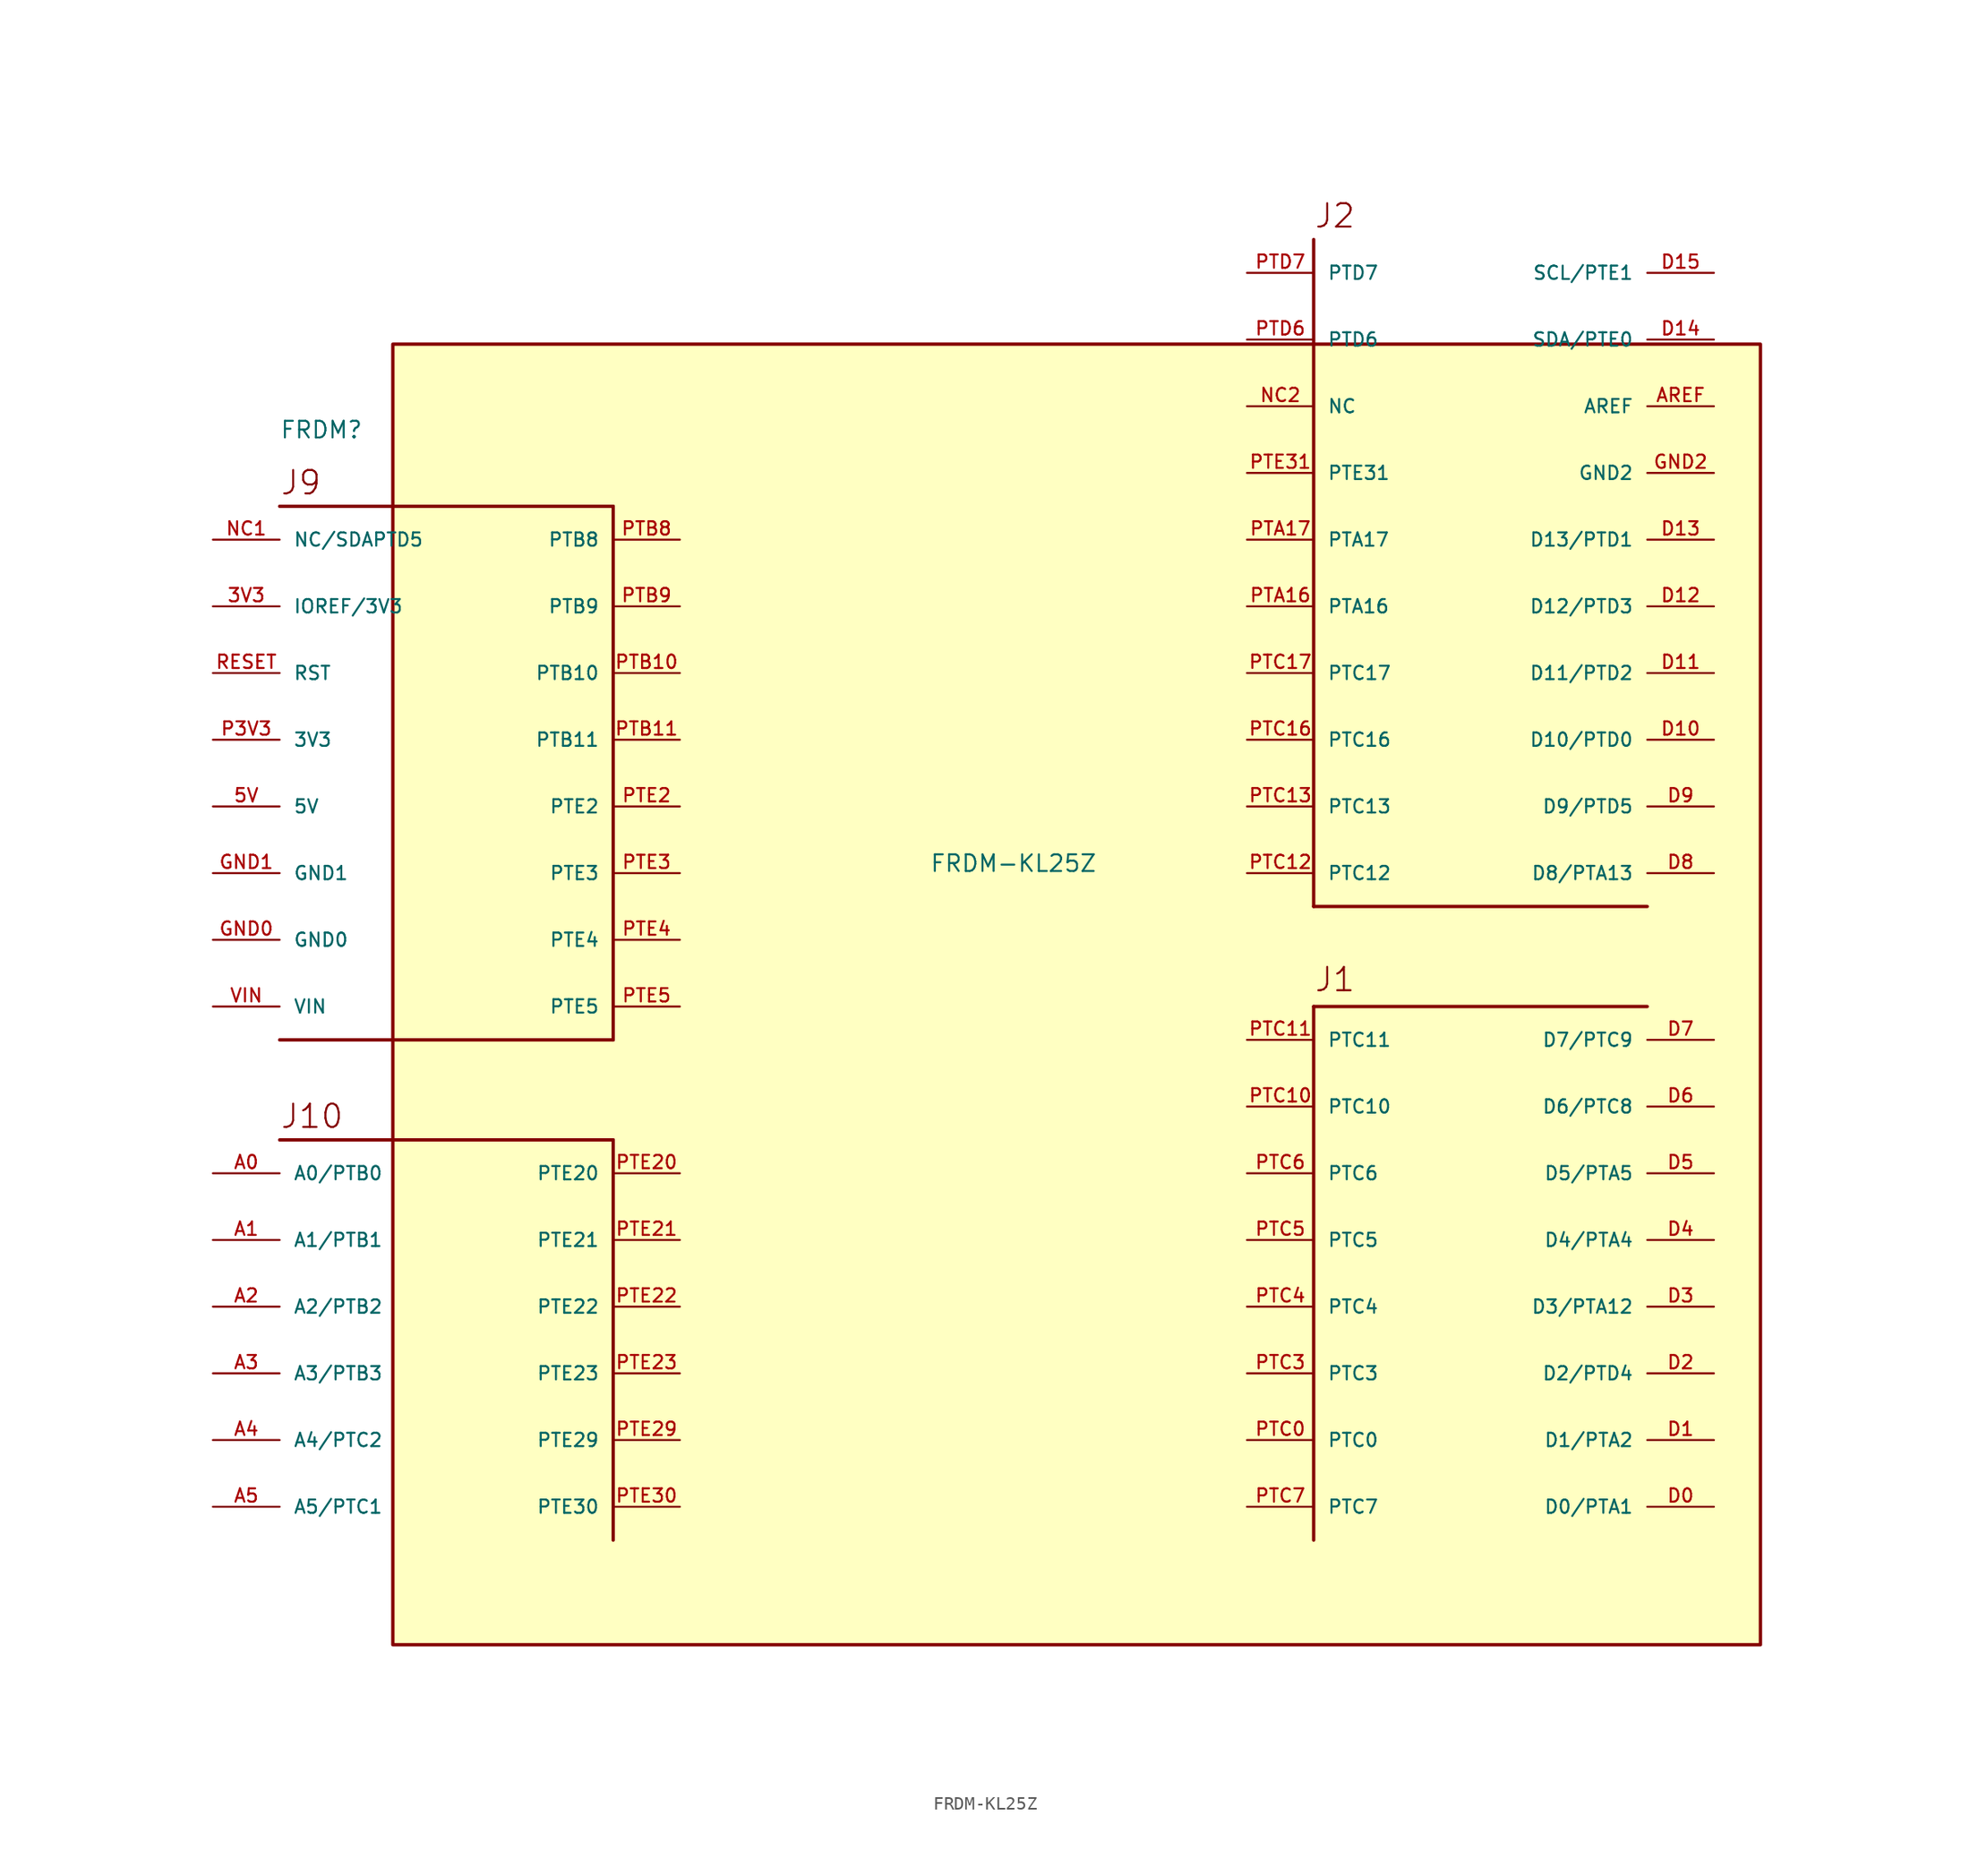
<source format=kicad_sym>
(kicad_symbol_lib
  (version 20211014)
  (generator kicad_symbol_editor)
  (symbol "FRDM-KL25Z"
    (pin_names
      (offset 1.016))
    (property "Reference" "FRDM"
      (at -55.88 33.02 0)
      (effects (font (size 1.27 1.27)) (justify bottom left)))
    (property "Value" "FRDM-KL25Z"
      (at 0 0.0 0)
      (effects (font (size 1.27 1.27)) (justify bottom)))
    (symbol "FRDM-KL25Z_0_0"
      (polyline (pts (xy 22.86 -10.16) (xy 22.86 -50.8)) (stroke (width 0.254)))
      (polyline (pts (xy 48.26 -10.16) (xy 22.86 -10.16)) (stroke (width 0.254)))
      (text "J1" (at 22.86 -9.144 0) (effects (font (size 1.778 1.778)) (justify bottom left)))
      (polyline (pts (xy -30.48 -50.8) (xy -30.48 -20.32)) (stroke (width 0.254)))
      (polyline (pts (xy -30.48 -20.32) (xy -55.88 -20.32)) (stroke (width 0.254)))
      (text "J10" (at -55.88 -19.558 0) (effects (font (size 1.778 1.778)) (justify bottom left)))
      (polyline (pts (xy 22.86 48.26) (xy 22.86 -2.54)) (stroke (width 0.254)))
      (polyline (pts (xy 22.86 -2.54) (xy 48.26 -2.54)) (stroke (width 0.254)))
      (text "J2" (at 22.86 49.022 0) (effects (font (size 1.778 1.778)) (justify bottom left)))
      (polyline (pts (xy -55.88 -12.7) (xy -30.48 -12.7)) (stroke (width 0.254)))
      (polyline (pts (xy -30.48 -12.7) (xy -30.48 27.94)) (stroke (width 0.254)))
      (polyline (pts (xy -30.48 27.94) (xy -55.88 27.94)) (stroke (width 0.254)))
      (text "J9" (at -55.88 28.702 0) (effects (font (size 1.778 1.778)) (justify bottom left)))
      (rectangle (start -47.26 -58.771) (end 56.88 40.289) (stroke (width 0.254)) (fill (type background)))
      (pin bidirectional line (at 53.34 -12.7 180.0) (length 5.08) (name "D7/PTC9" (effects (font (size 1.016 1.016)))) (number "D7" (effects (font (size 1.016 1.016)))))
      (pin bidirectional line (at 53.34 -17.78 180.0) (length 5.08) (name "D6/PTC8" (effects (font (size 1.016 1.016)))) (number "D6" (effects (font (size 1.016 1.016)))))
      (pin bidirectional line (at 53.34 -22.86 180.0) (length 5.08) (name "D5/PTA5" (effects (font (size 1.016 1.016)))) (number "D5" (effects (font (size 1.016 1.016)))))
      (pin bidirectional line (at 53.34 -27.94 180.0) (length 5.08) (name "D4/PTA4" (effects (font (size 1.016 1.016)))) (number "D4" (effects (font (size 1.016 1.016)))))
      (pin bidirectional line (at 53.34 -33.02 180.0) (length 5.08) (name "D3/PTA12" (effects (font (size 1.016 1.016)))) (number "D3" (effects (font (size 1.016 1.016)))))
      (pin bidirectional line (at 53.34 -38.1 180.0) (length 5.08) (name "D2/PTD4" (effects (font (size 1.016 1.016)))) (number "D2" (effects (font (size 1.016 1.016)))))
      (pin bidirectional line (at 53.34 -43.18 180.0) (length 5.08) (name "D1/PTA2" (effects (font (size 1.016 1.016)))) (number "D1" (effects (font (size 1.016 1.016)))))
      (pin bidirectional line (at 17.78 -12.7 0) (length 5.08) (name "PTC11" (effects (font (size 1.016 1.016)))) (number "PTC11" (effects (font (size 1.016 1.016)))))
      (pin bidirectional line (at 17.78 -17.78 0) (length 5.08) (name "PTC10" (effects (font (size 1.016 1.016)))) (number "PTC10" (effects (font (size 1.016 1.016)))))
      (pin bidirectional line (at 17.78 -27.94 0) (length 5.08) (name "PTC5" (effects (font (size 1.016 1.016)))) (number "PTC5" (effects (font (size 1.016 1.016)))))
      (pin bidirectional line (at 17.78 -33.02 0) (length 5.08) (name "PTC4" (effects (font (size 1.016 1.016)))) (number "PTC4" (effects (font (size 1.016 1.016)))))
      (pin bidirectional line (at 17.78 -38.1 0) (length 5.08) (name "PTC3" (effects (font (size 1.016 1.016)))) (number "PTC3" (effects (font (size 1.016 1.016)))))
      (pin bidirectional line (at 17.78 -43.18 0) (length 5.08) (name "PTC0" (effects (font (size 1.016 1.016)))) (number "PTC0" (effects (font (size 1.016 1.016)))))
      (pin bidirectional line (at 17.78 -48.26 0) (length 5.08) (name "PTC7" (effects (font (size 1.016 1.016)))) (number "PTC7" (effects (font (size 1.016 1.016)))))
      (pin bidirectional line (at 53.34 -48.26 180.0) (length 5.08) (name "D0/PTA1" (effects (font (size 1.016 1.016)))) (number "D0" (effects (font (size 1.016 1.016)))))
      (pin bidirectional line (at 17.78 -22.86 0) (length 5.08) (name "PTC6" (effects (font (size 1.016 1.016)))) (number "PTC6" (effects (font (size 1.016 1.016)))))
      (pin bidirectional line (at -25.4 -22.86 180.0) (length 5.08) (name "PTE20" (effects (font (size 1.016 1.016)))) (number "PTE20" (effects (font (size 1.016 1.016)))))
      (pin bidirectional line (at -25.4 -27.94 180.0) (length 5.08) (name "PTE21" (effects (font (size 1.016 1.016)))) (number "PTE21" (effects (font (size 1.016 1.016)))))
      (pin bidirectional line (at -25.4 -33.02 180.0) (length 5.08) (name "PTE22" (effects (font (size 1.016 1.016)))) (number "PTE22" (effects (font (size 1.016 1.016)))))
      (pin bidirectional line (at -25.4 -38.1 180.0) (length 5.08) (name "PTE23" (effects (font (size 1.016 1.016)))) (number "PTE23" (effects (font (size 1.016 1.016)))))
      (pin bidirectional line (at -25.4 -43.18 180.0) (length 5.08) (name "PTE29" (effects (font (size 1.016 1.016)))) (number "PTE29" (effects (font (size 1.016 1.016)))))
      (pin bidirectional line (at -60.96 -27.94 0) (length 5.08) (name "A1/PTB1" (effects (font (size 1.016 1.016)))) (number "A1" (effects (font (size 1.016 1.016)))))
      (pin bidirectional line (at -60.96 -33.02 0) (length 5.08) (name "A2/PTB2" (effects (font (size 1.016 1.016)))) (number "A2" (effects (font (size 1.016 1.016)))))
      (pin bidirectional line (at -60.96 -38.1 0) (length 5.08) (name "A3/PTB3" (effects (font (size 1.016 1.016)))) (number "A3" (effects (font (size 1.016 1.016)))))
      (pin bidirectional line (at -60.96 -43.18 0) (length 5.08) (name "A4/PTC2" (effects (font (size 1.016 1.016)))) (number "A4" (effects (font (size 1.016 1.016)))))
      (pin bidirectional line (at -60.96 -48.26 0) (length 5.08) (name "A5/PTC1" (effects (font (size 1.016 1.016)))) (number "A5" (effects (font (size 1.016 1.016)))))
      (pin bidirectional line (at -25.4 -48.26 180.0) (length 5.08) (name "PTE30" (effects (font (size 1.016 1.016)))) (number "PTE30" (effects (font (size 1.016 1.016)))))
      (pin bidirectional line (at -60.96 -22.86 0) (length 5.08) (name "A0/PTB0" (effects (font (size 1.016 1.016)))) (number "A0" (effects (font (size 1.016 1.016)))))
      (pin bidirectional line (at 53.34 35.56 180.0) (length 5.08) (name "AREF" (effects (font (size 1.016 1.016)))) (number "AREF" (effects (font (size 1.016 1.016)))))
      (pin bidirectional line (at 53.34 30.48 180.0) (length 5.08) (name "GND2" (effects (font (size 1.016 1.016)))) (number "GND2" (effects (font (size 1.016 1.016)))))
      (pin bidirectional line (at 53.34 25.4 180.0) (length 5.08) (name "D13/PTD1" (effects (font (size 1.016 1.016)))) (number "D13" (effects (font (size 1.016 1.016)))))
      (pin bidirectional line (at 53.34 20.32 180.0) (length 5.08) (name "D12/PTD3" (effects (font (size 1.016 1.016)))) (number "D12" (effects (font (size 1.016 1.016)))))
      (pin bidirectional line (at 53.34 15.24 180.0) (length 5.08) (name "D11/PTD2" (effects (font (size 1.016 1.016)))) (number "D11" (effects (font (size 1.016 1.016)))))
      (pin bidirectional line (at 53.34 10.16 180.0) (length 5.08) (name "D10/PTD0" (effects (font (size 1.016 1.016)))) (number "D10" (effects (font (size 1.016 1.016)))))
      (pin bidirectional line (at 53.34 5.08 180.0) (length 5.08) (name "D9/PTD5" (effects (font (size 1.016 1.016)))) (number "D9" (effects (font (size 1.016 1.016)))))
      (pin bidirectional line (at 17.78 35.56 0) (length 5.08) (name "NC" (effects (font (size 1.016 1.016)))) (number "NC2" (effects (font (size 1.016 1.016)))))
      (pin bidirectional line (at 17.78 30.48 0) (length 5.08) (name "PTE31" (effects (font (size 1.016 1.016)))) (number "PTE31" (effects (font (size 1.016 1.016)))))
      (pin bidirectional line (at 17.78 20.32 0) (length 5.08) (name "PTA16" (effects (font (size 1.016 1.016)))) (number "PTA16" (effects (font (size 1.016 1.016)))))
      (pin bidirectional line (at 17.78 15.24 0) (length 5.08) (name "PTC17" (effects (font (size 1.016 1.016)))) (number "PTC17" (effects (font (size 1.016 1.016)))))
      (pin bidirectional line (at 17.78 10.16 0) (length 5.08) (name "PTC16" (effects (font (size 1.016 1.016)))) (number "PTC16" (effects (font (size 1.016 1.016)))))
      (pin bidirectional line (at 17.78 5.08 0) (length 5.08) (name "PTC13" (effects (font (size 1.016 1.016)))) (number "PTC13" (effects (font (size 1.016 1.016)))))
      (pin bidirectional line (at 17.78 0.0 0) (length 5.08) (name "PTC12" (effects (font (size 1.016 1.016)))) (number "PTC12" (effects (font (size 1.016 1.016)))))
      (pin bidirectional line (at 53.34 0.0 180.0) (length 5.08) (name "D8/PTA13" (effects (font (size 1.016 1.016)))) (number "D8" (effects (font (size 1.016 1.016)))))
      (pin bidirectional line (at 17.78 25.4 0) (length 5.08) (name "PTA17" (effects (font (size 1.016 1.016)))) (number "PTA17" (effects (font (size 1.016 1.016)))))
      (pin bidirectional line (at 53.34 40.64 180.0) (length 5.08) (name "SDA/PTE0" (effects (font (size 1.016 1.016)))) (number "D14" (effects (font (size 1.016 1.016)))))
      (pin bidirectional line (at 53.34 45.72 180.0) (length 5.08) (name "SCL/PTE1" (effects (font (size 1.016 1.016)))) (number "D15" (effects (font (size 1.016 1.016)))))
      (pin bidirectional line (at 17.78 45.72 0) (length 5.08) (name "PTD7" (effects (font (size 1.016 1.016)))) (number "PTD7" (effects (font (size 1.016 1.016)))))
      (pin bidirectional line (at 17.78 40.64 0) (length 5.08) (name "PTD6" (effects (font (size 1.016 1.016)))) (number "PTD6" (effects (font (size 1.016 1.016)))))
      (pin bidirectional line (at -25.4 25.4 180.0) (length 5.08) (name "PTB8" (effects (font (size 1.016 1.016)))) (number "PTB8" (effects (font (size 1.016 1.016)))))
      (pin bidirectional line (at -25.4 20.32 180.0) (length 5.08) (name "PTB9" (effects (font (size 1.016 1.016)))) (number "PTB9" (effects (font (size 1.016 1.016)))))
      (pin bidirectional line (at -25.4 15.24 180.0) (length 5.08) (name "PTB10" (effects (font (size 1.016 1.016)))) (number "PTB10" (effects (font (size 1.016 1.016)))))
      (pin bidirectional line (at -25.4 10.16 180.0) (length 5.08) (name "PTB11" (effects (font (size 1.016 1.016)))) (number "PTB11" (effects (font (size 1.016 1.016)))))
      (pin bidirectional line (at -25.4 5.08 180.0) (length 5.08) (name "PTE2" (effects (font (size 1.016 1.016)))) (number "PTE2" (effects (font (size 1.016 1.016)))))
      (pin bidirectional line (at -25.4 0.0 180.0) (length 5.08) (name "PTE3" (effects (font (size 1.016 1.016)))) (number "PTE3" (effects (font (size 1.016 1.016)))))
      (pin bidirectional line (at -25.4 -5.08 180.0) (length 5.08) (name "PTE4" (effects (font (size 1.016 1.016)))) (number "PTE4" (effects (font (size 1.016 1.016)))))
      (pin bidirectional line (at -60.96 25.4 0) (length 5.08) (name "NC/SDAPTD5" (effects (font (size 1.016 1.016)))) (number "NC1" (effects (font (size 1.016 1.016)))))
      (pin bidirectional line (at -60.96 20.32 0) (length 5.08) (name "IOREF/3V3" (effects (font (size 1.016 1.016)))) (number "3V3" (effects (font (size 1.016 1.016)))))
      (pin bidirectional line (at -60.96 10.16 0) (length 5.08) (name "3V3" (effects (font (size 1.016 1.016)))) (number "P3V3" (effects (font (size 1.016 1.016)))))
      (pin bidirectional line (at -60.96 5.08 0) (length 5.08) (name "5V" (effects (font (size 1.016 1.016)))) (number "5V" (effects (font (size 1.016 1.016)))))
      (pin bidirectional line (at -60.96 0.0 0) (length 5.08) (name "GND1" (effects (font (size 1.016 1.016)))) (number "GND1" (effects (font (size 1.016 1.016)))))
      (pin bidirectional line (at -60.96 -5.08 0) (length 5.08) (name "GND0" (effects (font (size 1.016 1.016)))) (number "GND0" (effects (font (size 1.016 1.016)))))
      (pin bidirectional line (at -60.96 -10.16 0) (length 5.08) (name "VIN" (effects (font (size 1.016 1.016)))) (number "VIN" (effects (font (size 1.016 1.016)))))
      (pin bidirectional line (at -25.4 -10.16 180.0) (length 5.08) (name "PTE5" (effects (font (size 1.016 1.016)))) (number "PTE5" (effects (font (size 1.016 1.016)))))
      (pin bidirectional line (at -60.96 15.24 0) (length 5.08) (name "RST" (effects (font (size 1.016 1.016)))) (number "RESET" (effects (font (size 1.016 1.016))))))))
</source>
